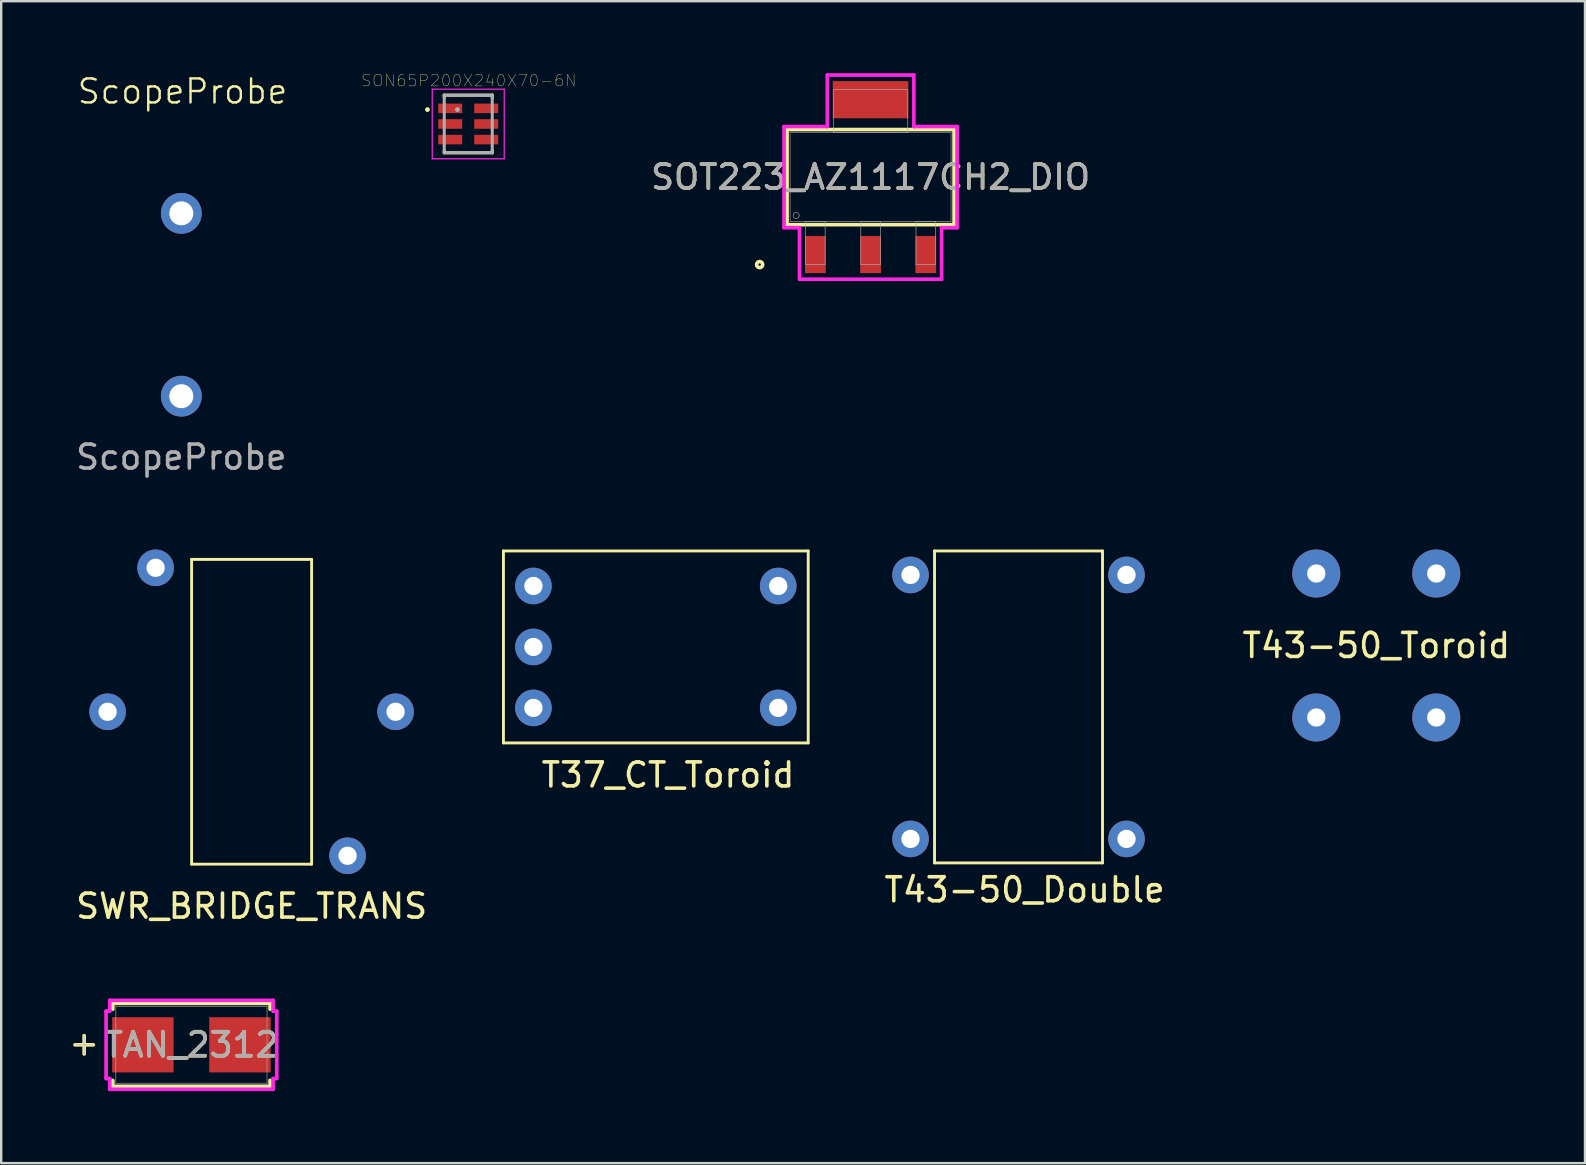
<source format=kicad_pcb>
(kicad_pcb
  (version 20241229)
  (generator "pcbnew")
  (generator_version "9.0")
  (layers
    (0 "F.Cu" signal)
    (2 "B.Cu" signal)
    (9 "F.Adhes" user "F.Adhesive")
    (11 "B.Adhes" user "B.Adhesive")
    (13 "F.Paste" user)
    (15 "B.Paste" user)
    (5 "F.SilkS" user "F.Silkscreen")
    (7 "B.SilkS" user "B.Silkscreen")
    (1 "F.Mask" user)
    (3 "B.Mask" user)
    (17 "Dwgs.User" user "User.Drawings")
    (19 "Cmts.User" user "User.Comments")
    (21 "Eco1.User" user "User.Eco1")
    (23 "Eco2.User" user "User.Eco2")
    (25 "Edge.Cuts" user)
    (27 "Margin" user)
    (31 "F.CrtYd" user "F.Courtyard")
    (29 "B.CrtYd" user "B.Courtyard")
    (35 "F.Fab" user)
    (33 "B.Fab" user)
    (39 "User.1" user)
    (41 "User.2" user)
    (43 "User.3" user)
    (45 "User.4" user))
  (footprint "SON65P200X240X70-6N"
    (layer "F.Cu")
    (at 16.462 2.116)
    (property "Reference" "SON65P200X240X70-6N" (at 0.024 -1.808 0) (layer "F.SilkS") (effects (font (size 0.481 0.481) (thickness 0.015))))
    (attr through_hole)
    (fp_line (start -1 -1.2) (end 1 -1.2) (stroke (width 0.127) (type solid)) (layer "F.SilkS"))
    (fp_line (start -1 -1.1) (end -1 -1.2) (stroke (width 0.127) (type solid)) (layer "F.SilkS"))
    (fp_line (start -1 1.2) (end -1 1.1) (stroke (width 0.127) (type solid)) (layer "F.SilkS"))
    (fp_line (start 1 -1.2) (end 1 -1.1) (stroke (width 0.127) (type solid)) (layer "F.SilkS"))
    (fp_line (start 1 1.1) (end 1 1.2) (stroke (width 0.127) (type solid)) (layer "F.SilkS"))
    (fp_line (start 1 1.2) (end -1 1.2) (stroke (width 0.127) (type solid)) (layer "F.SilkS"))
    (fp_circle (center -1.7 -0.6) (end -1.65 -0.6) (stroke (width 0.1) (type solid)) (fill no) (layer "F.SilkS"))
    (fp_line (start -1.5 -1.45) (end 1.5 -1.45) (stroke (width 0.05) (type solid)) (layer "F.CrtYd"))
    (fp_line (start -1.5 1.45) (end -1.5 -1.45) (stroke (width 0.05) (type solid)) (layer "F.CrtYd"))
    (fp_line (start 1.5 -1.45) (end 1.5 1.45) (stroke (width 0.05) (type solid)) (layer "F.CrtYd"))
    (fp_line (start 1.5 1.45) (end -1.5 1.45) (stroke (width 0.05) (type solid)) (layer "F.CrtYd"))
    (fp_line (start -1 -1.2) (end 1 -1.2) (stroke (width 0.127) (type solid)) (layer "F.Fab"))
    (fp_line (start -1 1.2) (end -1 -1.2) (stroke (width 0.127) (type solid)) (layer "F.Fab"))
    (fp_line (start 1 -1.2) (end 1 1.2) (stroke (width 0.127) (type solid)) (layer "F.Fab"))
    (fp_line (start 1 1.2) (end -1 1.2) (stroke (width 0.127) (type solid)) (layer "F.Fab"))
    (fp_circle (center -0.45 -0.6) (end -0.4 -0.6) (stroke (width 0.1) (type solid)) (fill no) (layer "F.Fab"))
    (pad "1" smd rect (at -0.75 -0.65) (size 1 0.4) (layers "F.Cu" "F.Mask" "F.Paste"))
    (pad "2" smd rect (at -0.75 0) (size 1 0.4) (layers "F.Cu" "F.Mask" "F.Paste"))
    (pad "3" smd rect (at -0.75 0.65) (size 1 0.4) (layers "F.Cu" "F.Mask" "F.Paste"))
    (pad "4" smd rect (at 0.75 0.65) (size 1 0.4) (layers "F.Cu" "F.Mask" "F.Paste"))
    (pad "5" smd rect (at 0.75 0) (size 1 0.4) (layers "F.Cu" "F.Mask" "F.Paste"))
    (pad "6" smd rect (at 0.75 -0.65) (size 1 0.4) (layers "F.Cu" "F.Mask" "F.Paste")))
  (footprint "TAN_2312"
    (layer "F.Cu")
    (at 4.927 40.489)
    (property "Reference" "TAN_2312" (at 0 0 0) (unlocked yes) (layer "F.SilkS") (effects (font (size 1 1) (thickness 0.15))))
    (attr smd)
    (fp_line (start -4.47 -0.381) (end -4.47 0.381) (stroke (width 0.152) (type solid)) (layer "F.SilkS"))
    (fp_line (start -4.089 0) (end -4.851 0) (stroke (width 0.152) (type solid)) (layer "F.SilkS"))
    (fp_line (start -3.277 -1.727) (end -3.277 -1.483) (stroke (width 0.152) (type solid)) (layer "F.SilkS"))
    (fp_line (start -3.277 1.483) (end -3.277 1.727) (stroke (width 0.152) (type solid)) (layer "F.SilkS"))
    (fp_line (start -3.277 1.727) (end 3.277 1.727) (stroke (width 0.152) (type solid)) (layer "F.SilkS"))
    (fp_line (start 3.277 -1.727) (end -3.277 -1.727) (stroke (width 0.152) (type solid)) (layer "F.SilkS"))
    (fp_line (start 3.277 -1.483) (end 3.277 -1.727) (stroke (width 0.152) (type solid)) (layer "F.SilkS"))
    (fp_line (start 3.277 1.727) (end 3.277 1.483) (stroke (width 0.152) (type solid)) (layer "F.SilkS"))
    (fp_line (start -3.556 -1.404) (end -3.404 -1.404) (stroke (width 0.152) (type solid)) (layer "F.CrtYd"))
    (fp_line (start -3.556 1.404) (end -3.556 -1.404) (stroke (width 0.152) (type solid)) (layer "F.CrtYd"))
    (fp_line (start -3.404 -1.854) (end 3.404 -1.854) (stroke (width 0.152) (type solid)) (layer "F.CrtYd"))
    (fp_line (start -3.404 -1.404) (end -3.404 -1.854) (stroke (width 0.152) (type solid)) (layer "F.CrtYd"))
    (fp_line (start -3.404 1.404) (end -3.556 1.404) (stroke (width 0.152) (type solid)) (layer "F.CrtYd"))
    (fp_line (start -3.404 1.854) (end -3.404 1.404) (stroke (width 0.152) (type solid)) (layer "F.CrtYd"))
    (fp_line (start 3.404 -1.854) (end 3.404 -1.404) (stroke (width 0.152) (type solid)) (layer "F.CrtYd"))
    (fp_line (start 3.404 -1.404) (end 3.556 -1.404) (stroke (width 0.152) (type solid)) (layer "F.CrtYd"))
    (fp_line (start 3.404 1.404) (end 3.404 1.854) (stroke (width 0.152) (type solid)) (layer "F.CrtYd"))
    (fp_line (start 3.404 1.854) (end -3.404 1.854) (stroke (width 0.152) (type solid)) (layer "F.CrtYd"))
    (fp_line (start 3.556 -1.404) (end 3.556 1.404) (stroke (width 0.152) (type solid)) (layer "F.CrtYd"))
    (fp_line (start 3.556 1.404) (end 3.404 1.404) (stroke (width 0.152) (type solid)) (layer "F.CrtYd"))
    (fp_line (start -4.47 -0.381) (end -4.47 0.381) (stroke (width 0.025) (type solid)) (layer "F.Fab"))
    (fp_line (start -4.089 0) (end -4.851 0) (stroke (width 0.025) (type solid)) (layer "F.Fab"))
    (fp_line (start -3.15 -1.6) (end -3.15 1.6) (stroke (width 0.025) (type solid)) (layer "F.Fab"))
    (fp_line (start -3.15 1.6) (end 3.15 1.6) (stroke (width 0.025) (type solid)) (layer "F.Fab"))
    (fp_line (start 3.15 -1.6) (end -3.15 -1.6) (stroke (width 0.025) (type solid)) (layer "F.Fab"))
    (fp_line (start 3.15 1.6) (end 3.15 -1.6) (stroke (width 0.025) (type solid)) (layer "F.Fab"))
    (fp_text user "${REFERENCE}" (at 0 0 0) (unlocked yes) (layer "F.Fab") (effects (font (size 1 1) (thickness 0.15))))
    (pad "1" smd rect (at -2.022 0 90) (size 2.3 2.56) (layers "F.Cu" "F.Mask" "F.Paste"))
    (pad "2" smd rect (at 2.022 0 90) (size 2.3 2.56) (layers "F.Cu" "F.Mask" "F.Paste"))
    (zone (net_name "") (layer "F.Cu") (hatch full 0.508) (connect_pads) (min_thickness 0.254) (filled_areas_thickness no) (keepout (tracks not_allowed) (vias not_allowed) (pads allowed) (copperpour not_allowed) (footprints allowed)) (placement (enabled no)) (fill) (polygon (pts (xy 1.828 38.94) (xy 8.026 38.94) (xy 8.026 39.288) (xy 1.828 39.288))))
    (zone (net_name "") (layer "F.Cu") (hatch full 0.508) (connect_pads) (min_thickness 0.254) (filled_areas_thickness no) (keepout (tracks not_allowed) (vias not_allowed) (pads allowed) (copperpour not_allowed) (footprints allowed)) (placement (enabled no)) (fill) (polygon (pts (xy 1.828 41.69) (xy 8.026 41.69) (xy 8.026 42.038) (xy 1.828 42.038))))
    (zone (net_name "") (layer "F.Cu") (hatch full 0.508) (connect_pads) (min_thickness 0.254) (filled_areas_thickness no) (keepout (tracks not_allowed) (vias not_allowed) (pads allowed) (copperpour not_allowed) (footprints allowed)) (placement (enabled no)) (fill) (polygon (pts (xy 3.936 39.288) (xy 5.918 39.288) (xy 5.918 41.69) (xy 3.936 41.69)))))
  (footprint "SOT223_AZ1117CH2_DIO"
    (layer "F.Cu")
    (at 33.228 4.331)
    (property "Reference" "SOT223_AZ1117CH2_DIO" (at 0 0 0) (unlocked yes) (layer "F.SilkS") (effects (font (size 1 1) (thickness 0.15))))
    (attr smd)
    (fp_line (start -3.48 -1.981) (end -3.48 1.981) (stroke (width 0.152) (type solid)) (layer "F.SilkS"))
    (fp_line (start -3.48 1.981) (end 3.48 1.981) (stroke (width 0.152) (type solid)) (layer "F.SilkS"))
    (fp_line (start 3.48 -1.981) (end -3.48 -1.981) (stroke (width 0.152) (type solid)) (layer "F.SilkS"))
    (fp_line (start 3.48 1.981) (end 3.48 -1.981) (stroke (width 0.152) (type solid)) (layer "F.SilkS"))
    (fp_circle (center -4.623 3.645) (end -4.496 3.645) (stroke (width 0.152) (type solid)) (fill no) (layer "F.SilkS"))
    (fp_line (start -3.607 -2.108) (end -1.803 -2.108) (stroke (width 0.152) (type solid)) (layer "F.CrtYd"))
    (fp_line (start -3.607 2.108) (end -3.607 -2.108) (stroke (width 0.152) (type solid)) (layer "F.CrtYd"))
    (fp_line (start -2.96 2.108) (end -3.607 2.108) (stroke (width 0.152) (type solid)) (layer "F.CrtYd"))
    (fp_line (start -2.96 4.255) (end -2.96 2.108) (stroke (width 0.152) (type solid)) (layer "F.CrtYd"))
    (fp_line (start -1.803 -4.255) (end 1.803 -4.255) (stroke (width 0.152) (type solid)) (layer "F.CrtYd"))
    (fp_line (start -1.803 -2.108) (end -1.803 -4.255) (stroke (width 0.152) (type solid)) (layer "F.CrtYd"))
    (fp_line (start 1.803 -4.255) (end 1.803 -2.108) (stroke (width 0.152) (type solid)) (layer "F.CrtYd"))
    (fp_line (start 1.803 -2.108) (end 3.607 -2.108) (stroke (width 0.152) (type solid)) (layer "F.CrtYd"))
    (fp_line (start 2.96 2.108) (end 2.96 4.255) (stroke (width 0.152) (type solid)) (layer "F.CrtYd"))
    (fp_line (start 2.96 4.255) (end -2.96 4.255) (stroke (width 0.152) (type solid)) (layer "F.CrtYd"))
    (fp_line (start 3.607 -2.108) (end 3.607 2.108) (stroke (width 0.152) (type solid)) (layer "F.CrtYd"))
    (fp_line (start 3.607 2.108) (end 2.96 2.108) (stroke (width 0.152) (type solid)) (layer "F.CrtYd"))
    (fp_line (start -3.353 -1.854) (end -3.353 1.854) (stroke (width 0.025) (type solid)) (layer "F.Fab"))
    (fp_line (start -3.353 1.854) (end 3.353 1.854) (stroke (width 0.025) (type solid)) (layer "F.Fab"))
    (fp_line (start -2.706 1.854) (end -2.706 3.645) (stroke (width 0.025) (type solid)) (layer "F.Fab"))
    (fp_line (start -2.706 3.645) (end -1.894 3.645) (stroke (width 0.025) (type solid)) (layer "F.Fab"))
    (fp_line (start -1.894 1.854) (end -2.706 1.854) (stroke (width 0.025) (type solid)) (layer "F.Fab"))
    (fp_line (start -1.894 3.645) (end -1.894 1.854) (stroke (width 0.025) (type solid)) (layer "F.Fab"))
    (fp_line (start -1.549 -3.645) (end -1.549 -1.854) (stroke (width 0.025) (type solid)) (layer "F.Fab"))
    (fp_line (start -1.549 -1.854) (end 1.549 -1.854) (stroke (width 0.025) (type solid)) (layer "F.Fab"))
    (fp_line (start -0.406 1.854) (end -0.406 3.645) (stroke (width 0.025) (type solid)) (layer "F.Fab"))
    (fp_line (start -0.406 3.645) (end 0.406 3.645) (stroke (width 0.025) (type solid)) (layer "F.Fab"))
    (fp_line (start 0.406 1.854) (end -0.406 1.854) (stroke (width 0.025) (type solid)) (layer "F.Fab"))
    (fp_line (start 0.406 3.645) (end 0.406 1.854) (stroke (width 0.025) (type solid)) (layer "F.Fab"))
    (fp_line (start 1.549 -3.645) (end -1.549 -3.645) (stroke (width 0.025) (type solid)) (layer "F.Fab"))
    (fp_line (start 1.549 -1.854) (end 1.549 -3.645) (stroke (width 0.025) (type solid)) (layer "F.Fab"))
    (fp_line (start 1.894 1.854) (end 1.894 3.645) (stroke (width 0.025) (type solid)) (layer "F.Fab"))
    (fp_line (start 1.894 3.645) (end 2.706 3.645) (stroke (width 0.025) (type solid)) (layer "F.Fab"))
    (fp_line (start 2.706 1.854) (end 1.894 1.854) (stroke (width 0.025) (type solid)) (layer "F.Fab"))
    (fp_line (start 2.706 3.645) (end 2.706 1.854) (stroke (width 0.025) (type solid)) (layer "F.Fab"))
    (fp_line (start 3.353 -1.854) (end -3.353 -1.854) (stroke (width 0.025) (type solid)) (layer "F.Fab"))
    (fp_line (start 3.353 1.854) (end 3.353 -1.854) (stroke (width 0.025) (type solid)) (layer "F.Fab"))
    (fp_circle (center -3.099 1.6) (end -2.972 1.6) (stroke (width 0.025) (type solid)) (fill no) (layer "F.Fab"))
    (fp_text user "${REFERENCE}" (at 0 0 0) (unlocked yes) (layer "F.Fab") (effects (font (size 1 1) (thickness 0.15))))
    (pad "1" smd rect (at -2.3 3.226) (size 0.864 1.549) (layers "F.Cu" "F.Mask" "F.Paste"))
    (pad "2" smd rect (at 0 3.226) (size 0.864 1.549) (layers "F.Cu" "F.Mask" "F.Paste"))
    (pad "3" smd rect (at 2.3 3.226) (size 0.864 1.549) (layers "F.Cu" "F.Mask" "F.Paste"))
    (pad "4" smd rect (at 0 -3.226) (size 3.15 1.549) (layers "F.Cu" "F.Mask" "F.Paste")))
  (footprint "SWR_BRIDGE_TRANS"
    (layer "F.Cu")
    (at 7.435 26.611)
    (property "Reference" "SWR_BRIDGE_TRANS" (at 0 8.1 0) (layer "F.SilkS") (effects (font (size 1 1) (thickness 0.15))))
    (attr through_hole)
    (fp_line (start -2.5 -6.35) (end 2.5 -6.35) (stroke (width 0.12) (type solid)) (layer "F.SilkS"))
    (fp_line (start -2.5 6.35) (end -2.5 -6.35) (stroke (width 0.12) (type solid)) (layer "F.SilkS"))
    (fp_line (start 2.5 -6.35) (end 2.5 6.35) (stroke (width 0.12) (type solid)) (layer "F.SilkS"))
    (fp_line (start 2.5 6.35) (end -2.5 6.35) (stroke (width 0.12) (type solid)) (layer "F.SilkS"))
    (pad "1" thru_hole circle (at -6 0) (size 1.524 1.524) (drill 0.762) (layers "*.Cu" "*.Mask"))
    (pad "2" thru_hole circle (at 6 0) (size 1.524 1.524) (drill 0.762) (layers "*.Cu" "*.Mask"))
    (pad "3" thru_hole circle (at 4 6) (size 1.524 1.524) (drill 0.762) (layers "*.Cu" "*.Mask"))
    (pad "4" thru_hole circle (at -4 -6) (size 1.524 1.524) (drill 0.762) (layers "*.Cu" "*.Mask")))
  (footprint "ScopeProbe"
    (layer "F.Cu")
    (at 4.506 5.84)
    (property "Reference" "ScopeProbe" (at 0.05 -5.08 0) (unlocked yes) (layer "F.SilkS") (effects (font (size 1 1) (thickness 0.1))))
    (attr through_hole)
    (fp_text user "${REFERENCE}" (at 0 10.16 0) (unlocked yes) (layer "F.Fab") (effects (font (size 1 1) (thickness 0.15))))
    (pad "1" thru_hole circle (at 0 0) (size 1.7 1.7) (drill 1) (layers "*.Cu" "*.Mask"))
    (pad "2" thru_hole circle (at 0 7.62) (size 1.7 1.7) (drill 1) (layers "*.Cu" "*.Mask")))
  (footprint "T43-50_Double"
    (layer "F.Cu")
    (at 39.393 26.409)
    (property "Reference" "T43-50_Double" (at 0.254 7.62 0) (layer "F.SilkS") (effects (font (size 1 1) (thickness 0.15))))
    (attr through_hole)
    (fp_line (start -3.5 -6.5) (end 3.5 -6.5) (stroke (width 0.12) (type solid)) (layer "F.SilkS"))
    (fp_line (start -3.5 6.5) (end -3.5 -6.5) (stroke (width 0.12) (type solid)) (layer "F.SilkS"))
    (fp_line (start 3.5 -6.5) (end 3.5 6.5) (stroke (width 0.12) (type solid)) (layer "F.SilkS"))
    (fp_line (start 3.5 6.5) (end -3.5 6.5) (stroke (width 0.12) (type solid)) (layer "F.SilkS"))
    (pad "1" thru_hole circle (at -4.5 -5.5) (size 1.524 1.524) (drill 0.762) (layers "*.Cu" "*.Mask"))
    (pad "2" thru_hole circle (at 4.5 -5.5) (size 1.524 1.524) (drill 0.762) (layers "*.Cu" "*.Mask"))
    (pad "3" thru_hole circle (at 4.5 5.5) (size 1.524 1.524) (drill 0.762) (layers "*.Cu" "*.Mask"))
    (pad "4" thru_hole circle (at -4.5 5.5) (size 1.524 1.524) (drill 0.762) (layers "*.Cu" "*.Mask")))
  (footprint "T37_CT_Toroid"
    (layer "F.Cu")
    (at 24.279 23.909)
    (property "Reference" "T37_CT_Toroid" (at 0.508 5.334 0) (layer "F.SilkS") (effects (font (size 1 1) (thickness 0.15))))
    (attr through_hole)
    (fp_line (start -6.35 -4) (end -6.35 4) (stroke (width 0.12) (type solid)) (layer "F.SilkS"))
    (fp_line (start -6.35 4) (end 6.35 4) (stroke (width 0.12) (type solid)) (layer "F.SilkS"))
    (fp_line (start 6.35 -4) (end -6.35 -4) (stroke (width 0.12) (type solid)) (layer "F.SilkS"))
    (fp_line (start 6.35 4) (end 6.35 -4) (stroke (width 0.12) (type solid)) (layer "F.SilkS"))
    (pad "1" thru_hole circle (at -5.1 -2.54) (size 1.524 1.524) (drill 0.762) (layers "*.Cu" "*.Mask"))
    (pad "2" thru_hole circle (at -5.1 0) (size 1.524 1.524) (drill 0.762) (layers "*.Cu" "*.Mask"))
    (pad "3" thru_hole circle (at -5.1 2.54) (size 1.524 1.524) (drill 0.762) (layers "*.Cu" "*.Mask"))
    (pad "4" thru_hole circle (at 5.1 2.54) (size 1.524 1.524) (drill 0.762) (layers "*.Cu" "*.Mask"))
    (pad "5" thru_hole circle (at 5.1 -2.54) (size 1.524 1.524) (drill 0.762) (layers "*.Cu" "*.Mask")))
  (footprint "T43-50_Toroid"
    (layer "F.Cu")
    (at 54.302 23.849)
    (property "Reference" "T43-50_Toroid" (at 0 0 0) (layer "F.SilkS") (effects (font (size 1 1) (thickness 0.15))))
    (attr through_hole)
    (pad "1" thru_hole circle (at -2.5 -3) (size 2 2) (drill 0.762) (layers "*.Cu" "*.Mask"))
    (pad "2" thru_hole circle (at -2.5 3) (size 2 2) (drill 0.762) (layers "*.Cu" "*.Mask"))
    (pad "3" thru_hole circle (at 2.5 3) (size 2 2) (drill 0.762) (layers "*.Cu" "*.Mask"))
    (pad "4" thru_hole circle (at 2.5 -3) (size 2 2) (drill 0.762) (layers "*.Cu" "*.Mask")))
  (gr_rect
    (start -3 -3)
    (end 62.999 45.419)
    (stroke (width 0.1) (type default))
    (fill no)
    (layer "Edge.Cuts")))
</source>
